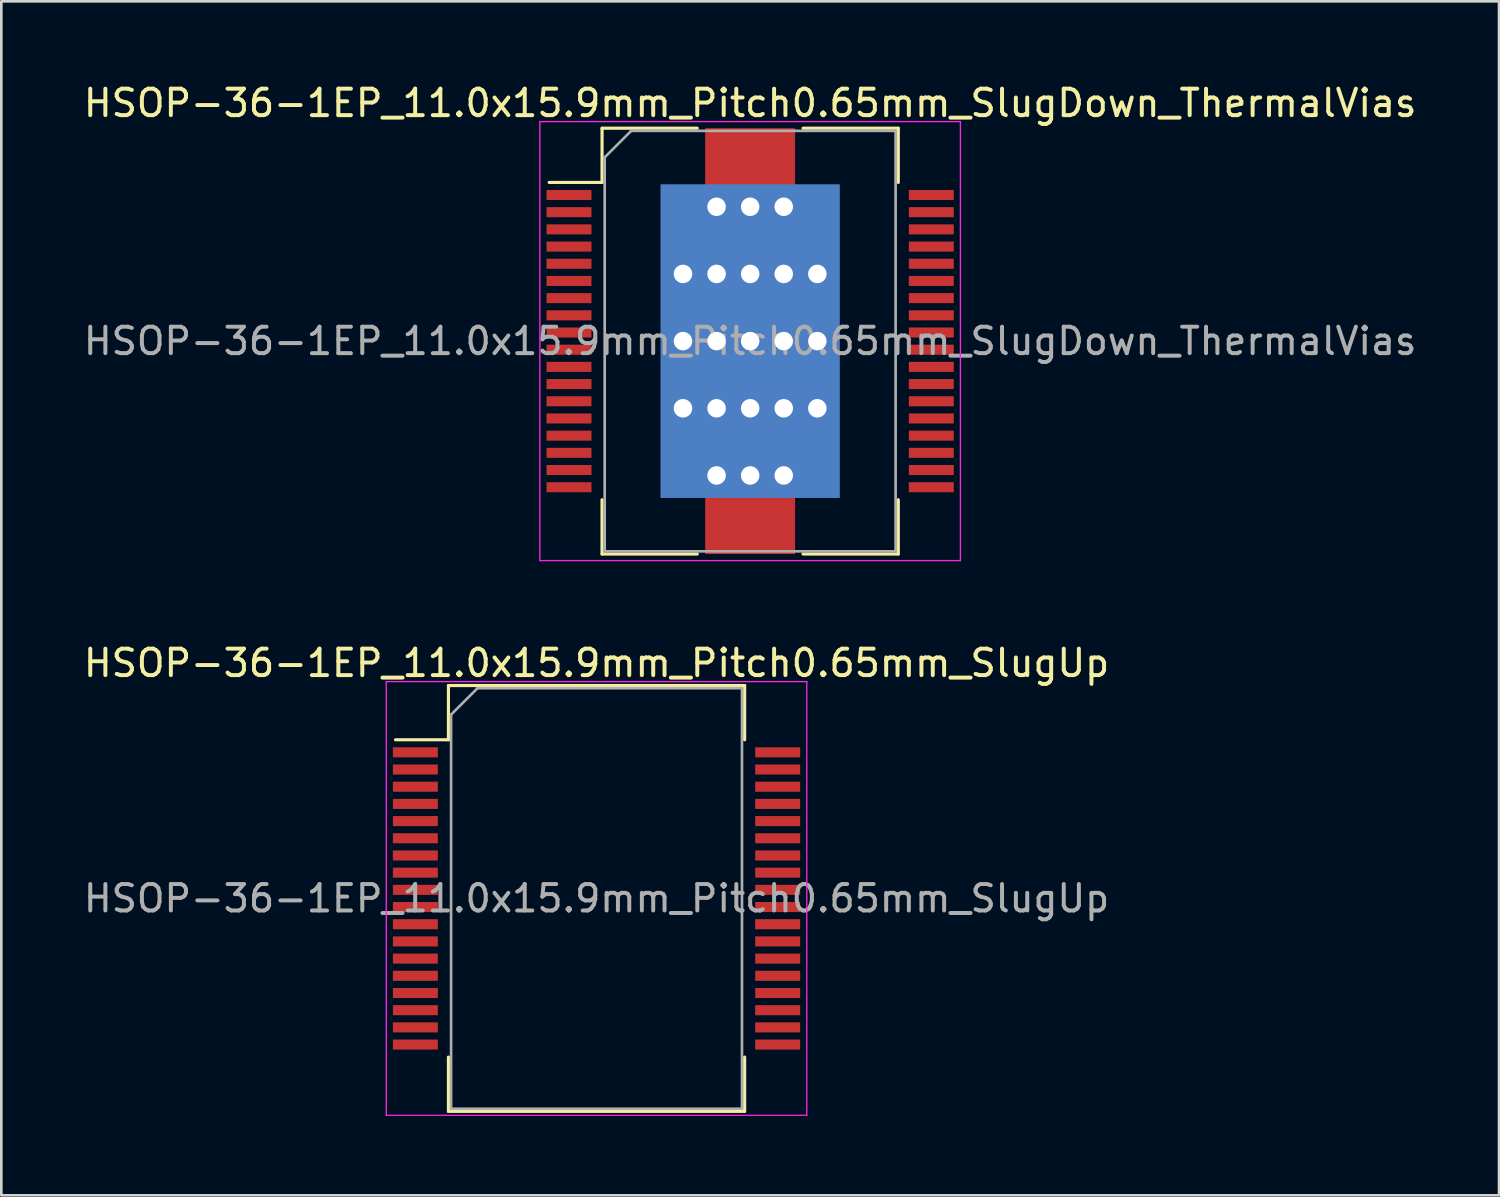
<source format=kicad_pcb>
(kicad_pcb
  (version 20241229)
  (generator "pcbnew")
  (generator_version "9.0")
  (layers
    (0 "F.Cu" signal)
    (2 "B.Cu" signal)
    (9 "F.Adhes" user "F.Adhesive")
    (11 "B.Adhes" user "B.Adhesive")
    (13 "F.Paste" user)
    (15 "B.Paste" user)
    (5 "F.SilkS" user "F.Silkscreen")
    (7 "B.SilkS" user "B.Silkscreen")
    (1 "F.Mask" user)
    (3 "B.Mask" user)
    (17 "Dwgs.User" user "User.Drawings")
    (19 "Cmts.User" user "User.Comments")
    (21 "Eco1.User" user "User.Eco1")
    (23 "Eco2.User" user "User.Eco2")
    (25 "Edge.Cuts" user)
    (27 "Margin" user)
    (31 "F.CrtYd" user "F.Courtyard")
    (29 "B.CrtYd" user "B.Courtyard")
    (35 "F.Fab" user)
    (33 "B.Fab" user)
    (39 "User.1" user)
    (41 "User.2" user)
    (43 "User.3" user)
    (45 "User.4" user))
  (footprint "HSOP-36-1EP_11.0x15.9mm_Pitch0.65mm_SlugDown_ThermalVias"
    (layer "F.Cu")
    (at 25.315 9.848)
    (property "Reference" "HSOP-36-1EP_11.0x15.9mm_Pitch0.65mm_SlugDown_ThermalVias" (at 0 -9 0) (layer "F.SilkS") (effects (font (size 1 1) (thickness 0.15))))
    (attr smd)
    (fp_line (start -5.6 -8.05) (end -5.6 -6) (stroke (width 0.12) (type solid)) (layer "F.SilkS"))
    (fp_line (start -5.6 -6) (end -7.6 -6) (stroke (width 0.12) (type solid)) (layer "F.SilkS"))
    (fp_line (start -5.6 8.05) (end -5.6 6) (stroke (width 0.12) (type solid)) (layer "F.SilkS"))
    (fp_line (start -2 -8.05) (end -5.6 -8.05) (stroke (width 0.12) (type solid)) (layer "F.SilkS"))
    (fp_line (start -2 8.05) (end -5.6 8.05) (stroke (width 0.12) (type solid)) (layer "F.SilkS"))
    (fp_line (start 5.6 -8.05) (end 2 -8.05) (stroke (width 0.12) (type solid)) (layer "F.SilkS"))
    (fp_line (start 5.6 -8.05) (end 5.6 -6) (stroke (width 0.12) (type solid)) (layer "F.SilkS"))
    (fp_line (start 5.6 8.05) (end 2 8.05) (stroke (width 0.12) (type solid)) (layer "F.SilkS"))
    (fp_line (start 5.6 8.05) (end 5.6 6) (stroke (width 0.12) (type solid)) (layer "F.SilkS"))
    (fp_line (start -7.95 -8.3) (end -7.95 8.3) (stroke (width 0.05) (type solid)) (layer "F.CrtYd"))
    (fp_line (start -7.95 -8.3) (end 7.95 -8.3) (stroke (width 0.05) (type solid)) (layer "F.CrtYd"))
    (fp_line (start 7.95 8.3) (end -7.95 8.3) (stroke (width 0.05) (type solid)) (layer "F.CrtYd"))
    (fp_line (start 7.95 8.3) (end 7.95 -8.3) (stroke (width 0.05) (type solid)) (layer "F.CrtYd"))
    (fp_line (start -5.5 -6.95) (end -5.5 7.95) (stroke (width 0.1) (type solid)) (layer "F.Fab"))
    (fp_line (start -5.5 7.95) (end 5.5 7.95) (stroke (width 0.1) (type solid)) (layer "F.Fab"))
    (fp_line (start -4.5 -7.95) (end -5.5 -6.95) (stroke (width 0.1) (type solid)) (layer "F.Fab"))
    (fp_line (start 5.5 -7.95) (end -4.5 -7.95) (stroke (width 0.1) (type solid)) (layer "F.Fab"))
    (fp_line (start 5.5 7.95) (end 5.5 -7.95) (stroke (width 0.1) (type solid)) (layer "F.Fab"))
    (fp_text user "${REFERENCE}" (at 0 0 0) (layer "F.Fab") (effects (font (size 1 1) (thickness 0.15))))
    (pad "1" smd rect (at -6.85 -5.525) (size 1.7 0.38) (layers "F.Cu" "F.Mask" "F.Paste"))
    (pad "2" smd rect (at -6.85 -4.875) (size 1.7 0.38) (layers "F.Cu" "F.Mask" "F.Paste"))
    (pad "3" smd rect (at -6.85 -4.225) (size 1.7 0.38) (layers "F.Cu" "F.Mask" "F.Paste"))
    (pad "4" smd rect (at -6.85 -3.575) (size 1.7 0.38) (layers "F.Cu" "F.Mask" "F.Paste"))
    (pad "5" smd rect (at -6.85 -2.925) (size 1.7 0.38) (layers "F.Cu" "F.Mask" "F.Paste"))
    (pad "6" smd rect (at -6.85 -2.275) (size 1.7 0.38) (layers "F.Cu" "F.Mask" "F.Paste"))
    (pad "7" smd rect (at -6.85 -1.625) (size 1.7 0.38) (layers "F.Cu" "F.Mask" "F.Paste"))
    (pad "8" smd rect (at -6.85 -0.975) (size 1.7 0.38) (layers "F.Cu" "F.Mask" "F.Paste"))
    (pad "9" smd rect (at -6.85 -0.325) (size 1.7 0.38) (layers "F.Cu" "F.Mask" "F.Paste"))
    (pad "10" smd rect (at -6.85 0.325) (size 1.7 0.38) (layers "F.Cu" "F.Mask" "F.Paste"))
    (pad "11" smd rect (at -6.85 0.975) (size 1.7 0.38) (layers "F.Cu" "F.Mask" "F.Paste"))
    (pad "12" smd rect (at -6.85 1.625) (size 1.7 0.38) (layers "F.Cu" "F.Mask" "F.Paste"))
    (pad "13" smd rect (at -6.85 2.275) (size 1.7 0.38) (layers "F.Cu" "F.Mask" "F.Paste"))
    (pad "14" smd rect (at -6.85 2.925) (size 1.7 0.38) (layers "F.Cu" "F.Mask" "F.Paste"))
    (pad "15" smd rect (at -6.85 3.575) (size 1.7 0.38) (layers "F.Cu" "F.Mask" "F.Paste"))
    (pad "16" smd rect (at -6.85 4.225) (size 1.7 0.38) (layers "F.Cu" "F.Mask" "F.Paste"))
    (pad "17" smd rect (at -6.85 4.875) (size 1.7 0.38) (layers "F.Cu" "F.Mask" "F.Paste"))
    (pad "18" smd rect (at -6.85 5.525) (size 1.7 0.38) (layers "F.Cu" "F.Mask" "F.Paste"))
    (pad "19" smd rect (at 6.85 5.525) (size 1.7 0.38) (layers "F.Cu" "F.Mask" "F.Paste"))
    (pad "20" smd rect (at 6.85 4.875) (size 1.7 0.38) (layers "F.Cu" "F.Mask" "F.Paste"))
    (pad "21" smd rect (at 6.85 4.225) (size 1.7 0.38) (layers "F.Cu" "F.Mask" "F.Paste"))
    (pad "22" smd rect (at 6.85 3.575) (size 1.7 0.38) (layers "F.Cu" "F.Mask" "F.Paste"))
    (pad "23" smd rect (at 6.85 2.925) (size 1.7 0.38) (layers "F.Cu" "F.Mask" "F.Paste"))
    (pad "24" smd rect (at 6.85 2.275) (size 1.7 0.38) (layers "F.Cu" "F.Mask" "F.Paste"))
    (pad "25" smd rect (at 6.85 1.625) (size 1.7 0.38) (layers "F.Cu" "F.Mask" "F.Paste"))
    (pad "26" smd rect (at 6.85 0.975) (size 1.7 0.38) (layers "F.Cu" "F.Mask" "F.Paste"))
    (pad "27" smd rect (at 6.85 0.325) (size 1.7 0.38) (layers "F.Cu" "F.Mask" "F.Paste"))
    (pad "28" smd rect (at 6.85 -0.325) (size 1.7 0.38) (layers "F.Cu" "F.Mask" "F.Paste"))
    (pad "29" smd rect (at 6.85 -0.975) (size 1.7 0.38) (layers "F.Cu" "F.Mask" "F.Paste"))
    (pad "30" smd rect (at 6.85 -1.625) (size 1.7 0.38) (layers "F.Cu" "F.Mask" "F.Paste"))
    (pad "31" smd rect (at 6.85 -2.275) (size 1.7 0.38) (layers "F.Cu" "F.Mask" "F.Paste"))
    (pad "32" smd rect (at 6.85 -2.925) (size 1.7 0.38) (layers "F.Cu" "F.Mask" "F.Paste"))
    (pad "33" smd rect (at 6.85 -3.575) (size 1.7 0.38) (layers "F.Cu" "F.Mask" "F.Paste"))
    (pad "34" smd rect (at 6.85 -4.225) (size 1.7 0.38) (layers "F.Cu" "F.Mask" "F.Paste"))
    (pad "35" smd rect (at 6.85 -4.875) (size 1.7 0.38) (layers "F.Cu" "F.Mask" "F.Paste"))
    (pad "36" smd rect (at 6.85 -5.525) (size 1.7 0.38) (layers "F.Cu" "F.Mask" "F.Paste"))
    (pad "37" thru_hole circle (at -2.54 -2.54) (size 1 1) (drill 0.7) (layers "*.Cu" "*.Mask"))
    (pad "37" thru_hole circle (at -2.54 0) (size 1 1) (drill 0.7) (layers "*.Cu" "*.Mask"))
    (pad "37" thru_hole circle (at -2.54 2.54) (size 1 1) (drill 0.7) (layers "*.Cu" "*.Mask"))
    (pad "37" thru_hole circle (at -1.27 -5.08) (size 1 1) (drill 0.7) (layers "*.Cu" "*.Mask"))
    (pad "37" thru_hole circle (at -1.27 -2.54) (size 1 1) (drill 0.7) (layers "*.Cu" "*.Mask"))
    (pad "37" thru_hole circle (at -1.27 0) (size 1 1) (drill 0.7) (layers "*.Cu" "*.Mask"))
    (pad "37" thru_hole circle (at -1.27 2.54) (size 1 1) (drill 0.7) (layers "*.Cu" "*.Mask"))
    (pad "37" thru_hole circle (at -1.27 5.08) (size 1 1) (drill 0.7) (layers "*.Cu" "*.Mask"))
    (pad "37" smd rect (at 0 -6.843) (size 3.4 2.415) (layers "F.Cu" "F.Mask" "F.Paste"))
    (pad "37" thru_hole circle (at 0 -5.08) (size 1 1) (drill 0.7) (layers "*.Cu" "*.Mask"))
    (pad "37" thru_hole circle (at 0 -2.54) (size 1 1) (drill 0.7) (layers "*.Cu" "*.Mask"))
    (pad "37" thru_hole circle (at 0 0) (size 1 1) (drill 0.7) (layers "*.Cu" "*.Mask"))
    (pad "37" smd rect (at 0 0) (size 6.4 11.27) (layers "F.Cu" "F.Mask" "F.Paste"))
    (pad "37" smd rect (at 0 0) (size 6.78 11.86) (layers "B.Cu" "B.Mask"))
    (pad "37" thru_hole circle (at 0 2.54) (size 1 1) (drill 0.7) (layers "*.Cu" "*.Mask"))
    (pad "37" thru_hole circle (at 0 5.08) (size 1 1) (drill 0.7) (layers "*.Cu" "*.Mask"))
    (pad "37" smd rect (at 0 6.843) (size 3.4 2.415) (layers "F.Cu" "F.Mask" "F.Paste"))
    (pad "37" thru_hole circle (at 1.27 -5.08) (size 1 1) (drill 0.7) (layers "*.Cu" "*.Mask"))
    (pad "37" thru_hole circle (at 1.27 -2.54) (size 1 1) (drill 0.7) (layers "*.Cu" "*.Mask"))
    (pad "37" thru_hole circle (at 1.27 0) (size 1 1) (drill 0.7) (layers "*.Cu" "*.Mask"))
    (pad "37" thru_hole circle (at 1.27 2.54) (size 1 1) (drill 0.7) (layers "*.Cu" "*.Mask"))
    (pad "37" thru_hole circle (at 1.27 5.08) (size 1 1) (drill 0.7) (layers "*.Cu" "*.Mask"))
    (pad "37" thru_hole circle (at 2.54 -2.54) (size 1 1) (drill 0.7) (layers "*.Cu" "*.Mask"))
    (pad "37" thru_hole circle (at 2.54 0) (size 1 1) (drill 0.7) (layers "*.Cu" "*.Mask"))
    (pad "37" thru_hole circle (at 2.54 2.54) (size 1 1) (drill 0.7) (layers "*.Cu" "*.Mask")))
  (footprint "HSOP-36-1EP_11.0x15.9mm_Pitch0.65mm_SlugUp"
    (layer "F.Cu")
    (at 19.506 30.922)
    (property "Reference" "HSOP-36-1EP_11.0x15.9mm_Pitch0.65mm_SlugUp" (at 0 -8.9 0) (layer "F.SilkS") (effects (font (size 1 1) (thickness 0.15))))
    (attr smd)
    (fp_line (start -5.6 -8.05) (end -5.6 -6) (stroke (width 0.12) (type solid)) (layer "F.SilkS"))
    (fp_line (start -5.6 -6) (end -7.6 -6) (stroke (width 0.12) (type solid)) (layer "F.SilkS"))
    (fp_line (start -5.6 8.05) (end -5.6 6) (stroke (width 0.12) (type solid)) (layer "F.SilkS"))
    (fp_line (start 5.6 -8.05) (end -5.6 -8.05) (stroke (width 0.12) (type solid)) (layer "F.SilkS"))
    (fp_line (start 5.6 -8.05) (end 5.6 -6) (stroke (width 0.12) (type solid)) (layer "F.SilkS"))
    (fp_line (start 5.6 8.05) (end -5.6 8.05) (stroke (width 0.12) (type solid)) (layer "F.SilkS"))
    (fp_line (start 5.6 8.05) (end 5.6 6) (stroke (width 0.12) (type solid)) (layer "F.SilkS"))
    (fp_line (start -7.95 -8.2) (end -7.95 8.2) (stroke (width 0.05) (type solid)) (layer "F.CrtYd"))
    (fp_line (start -7.95 -8.2) (end 7.95 -8.2) (stroke (width 0.05) (type solid)) (layer "F.CrtYd"))
    (fp_line (start 7.95 8.2) (end -7.95 8.2) (stroke (width 0.05) (type solid)) (layer "F.CrtYd"))
    (fp_line (start 7.95 8.2) (end 7.95 -8.2) (stroke (width 0.05) (type solid)) (layer "F.CrtYd"))
    (fp_line (start -5.5 -6.95) (end -5.5 7.95) (stroke (width 0.1) (type solid)) (layer "F.Fab"))
    (fp_line (start -5.5 7.95) (end 5.5 7.95) (stroke (width 0.1) (type solid)) (layer "F.Fab"))
    (fp_line (start -4.5 -7.95) (end -5.5 -6.95) (stroke (width 0.1) (type solid)) (layer "F.Fab"))
    (fp_line (start 5.5 -7.95) (end -4.5 -7.95) (stroke (width 0.1) (type solid)) (layer "F.Fab"))
    (fp_line (start 5.5 7.95) (end 5.5 -7.95) (stroke (width 0.1) (type solid)) (layer "F.Fab"))
    (fp_text user "${REFERENCE}" (at 0 0 0) (layer "F.Fab") (effects (font (size 1 1) (thickness 0.15))))
    (pad "1" smd rect (at -6.85 -5.525) (size 1.7 0.38) (layers "F.Cu" "F.Mask" "F.Paste"))
    (pad "2" smd rect (at -6.85 -4.875) (size 1.7 0.38) (layers "F.Cu" "F.Mask" "F.Paste"))
    (pad "3" smd rect (at -6.85 -4.225) (size 1.7 0.38) (layers "F.Cu" "F.Mask" "F.Paste"))
    (pad "4" smd rect (at -6.85 -3.575) (size 1.7 0.38) (layers "F.Cu" "F.Mask" "F.Paste"))
    (pad "5" smd rect (at -6.85 -2.925) (size 1.7 0.38) (layers "F.Cu" "F.Mask" "F.Paste"))
    (pad "6" smd rect (at -6.85 -2.275) (size 1.7 0.38) (layers "F.Cu" "F.Mask" "F.Paste"))
    (pad "7" smd rect (at -6.85 -1.625) (size 1.7 0.38) (layers "F.Cu" "F.Mask" "F.Paste"))
    (pad "8" smd rect (at -6.85 -0.975) (size 1.7 0.38) (layers "F.Cu" "F.Mask" "F.Paste"))
    (pad "9" smd rect (at -6.85 -0.325) (size 1.7 0.38) (layers "F.Cu" "F.Mask" "F.Paste"))
    (pad "10" smd rect (at -6.85 0.325) (size 1.7 0.38) (layers "F.Cu" "F.Mask" "F.Paste"))
    (pad "11" smd rect (at -6.85 0.975) (size 1.7 0.38) (layers "F.Cu" "F.Mask" "F.Paste"))
    (pad "12" smd rect (at -6.85 1.625) (size 1.7 0.38) (layers "F.Cu" "F.Mask" "F.Paste"))
    (pad "13" smd rect (at -6.85 2.275) (size 1.7 0.38) (layers "F.Cu" "F.Mask" "F.Paste"))
    (pad "14" smd rect (at -6.85 2.925) (size 1.7 0.38) (layers "F.Cu" "F.Mask" "F.Paste"))
    (pad "15" smd rect (at -6.85 3.575) (size 1.7 0.38) (layers "F.Cu" "F.Mask" "F.Paste"))
    (pad "16" smd rect (at -6.85 4.225) (size 1.7 0.38) (layers "F.Cu" "F.Mask" "F.Paste"))
    (pad "17" smd rect (at -6.85 4.875) (size 1.7 0.38) (layers "F.Cu" "F.Mask" "F.Paste"))
    (pad "18" smd rect (at -6.85 5.525) (size 1.7 0.38) (layers "F.Cu" "F.Mask" "F.Paste"))
    (pad "19" smd rect (at 6.85 5.525) (size 1.7 0.38) (layers "F.Cu" "F.Mask" "F.Paste"))
    (pad "20" smd rect (at 6.85 4.875) (size 1.7 0.38) (layers "F.Cu" "F.Mask" "F.Paste"))
    (pad "21" smd rect (at 6.85 4.225) (size 1.7 0.38) (layers "F.Cu" "F.Mask" "F.Paste"))
    (pad "22" smd rect (at 6.85 3.575) (size 1.7 0.38) (layers "F.Cu" "F.Mask" "F.Paste"))
    (pad "23" smd rect (at 6.85 2.925) (size 1.7 0.38) (layers "F.Cu" "F.Mask" "F.Paste"))
    (pad "24" smd rect (at 6.85 2.275) (size 1.7 0.38) (layers "F.Cu" "F.Mask" "F.Paste"))
    (pad "25" smd rect (at 6.85 1.625) (size 1.7 0.38) (layers "F.Cu" "F.Mask" "F.Paste"))
    (pad "26" smd rect (at 6.85 0.975) (size 1.7 0.38) (layers "F.Cu" "F.Mask" "F.Paste"))
    (pad "27" smd rect (at 6.85 0.325) (size 1.7 0.38) (layers "F.Cu" "F.Mask" "F.Paste"))
    (pad "28" smd rect (at 6.85 -0.325) (size 1.7 0.38) (layers "F.Cu" "F.Mask" "F.Paste"))
    (pad "29" smd rect (at 6.85 -0.975) (size 1.7 0.38) (layers "F.Cu" "F.Mask" "F.Paste"))
    (pad "30" smd rect (at 6.85 -1.625) (size 1.7 0.38) (layers "F.Cu" "F.Mask" "F.Paste"))
    (pad "31" smd rect (at 6.85 -2.275) (size 1.7 0.38) (layers "F.Cu" "F.Mask" "F.Paste"))
    (pad "32" smd rect (at 6.85 -2.925) (size 1.7 0.38) (layers "F.Cu" "F.Mask" "F.Paste"))
    (pad "33" smd rect (at 6.85 -3.575) (size 1.7 0.38) (layers "F.Cu" "F.Mask" "F.Paste"))
    (pad "34" smd rect (at 6.85 -4.225) (size 1.7 0.38) (layers "F.Cu" "F.Mask" "F.Paste"))
    (pad "35" smd rect (at 6.85 -4.875) (size 1.7 0.38) (layers "F.Cu" "F.Mask" "F.Paste"))
    (pad "36" smd rect (at 6.85 -5.525) (size 1.7 0.38) (layers "F.Cu" "F.Mask" "F.Paste")))
  (gr_rect
    (start -3 -3)
    (end 53.631 42.147)
    (stroke (width 0.1) (type default))
    (fill no)
    (layer "Edge.Cuts")))
</source>
